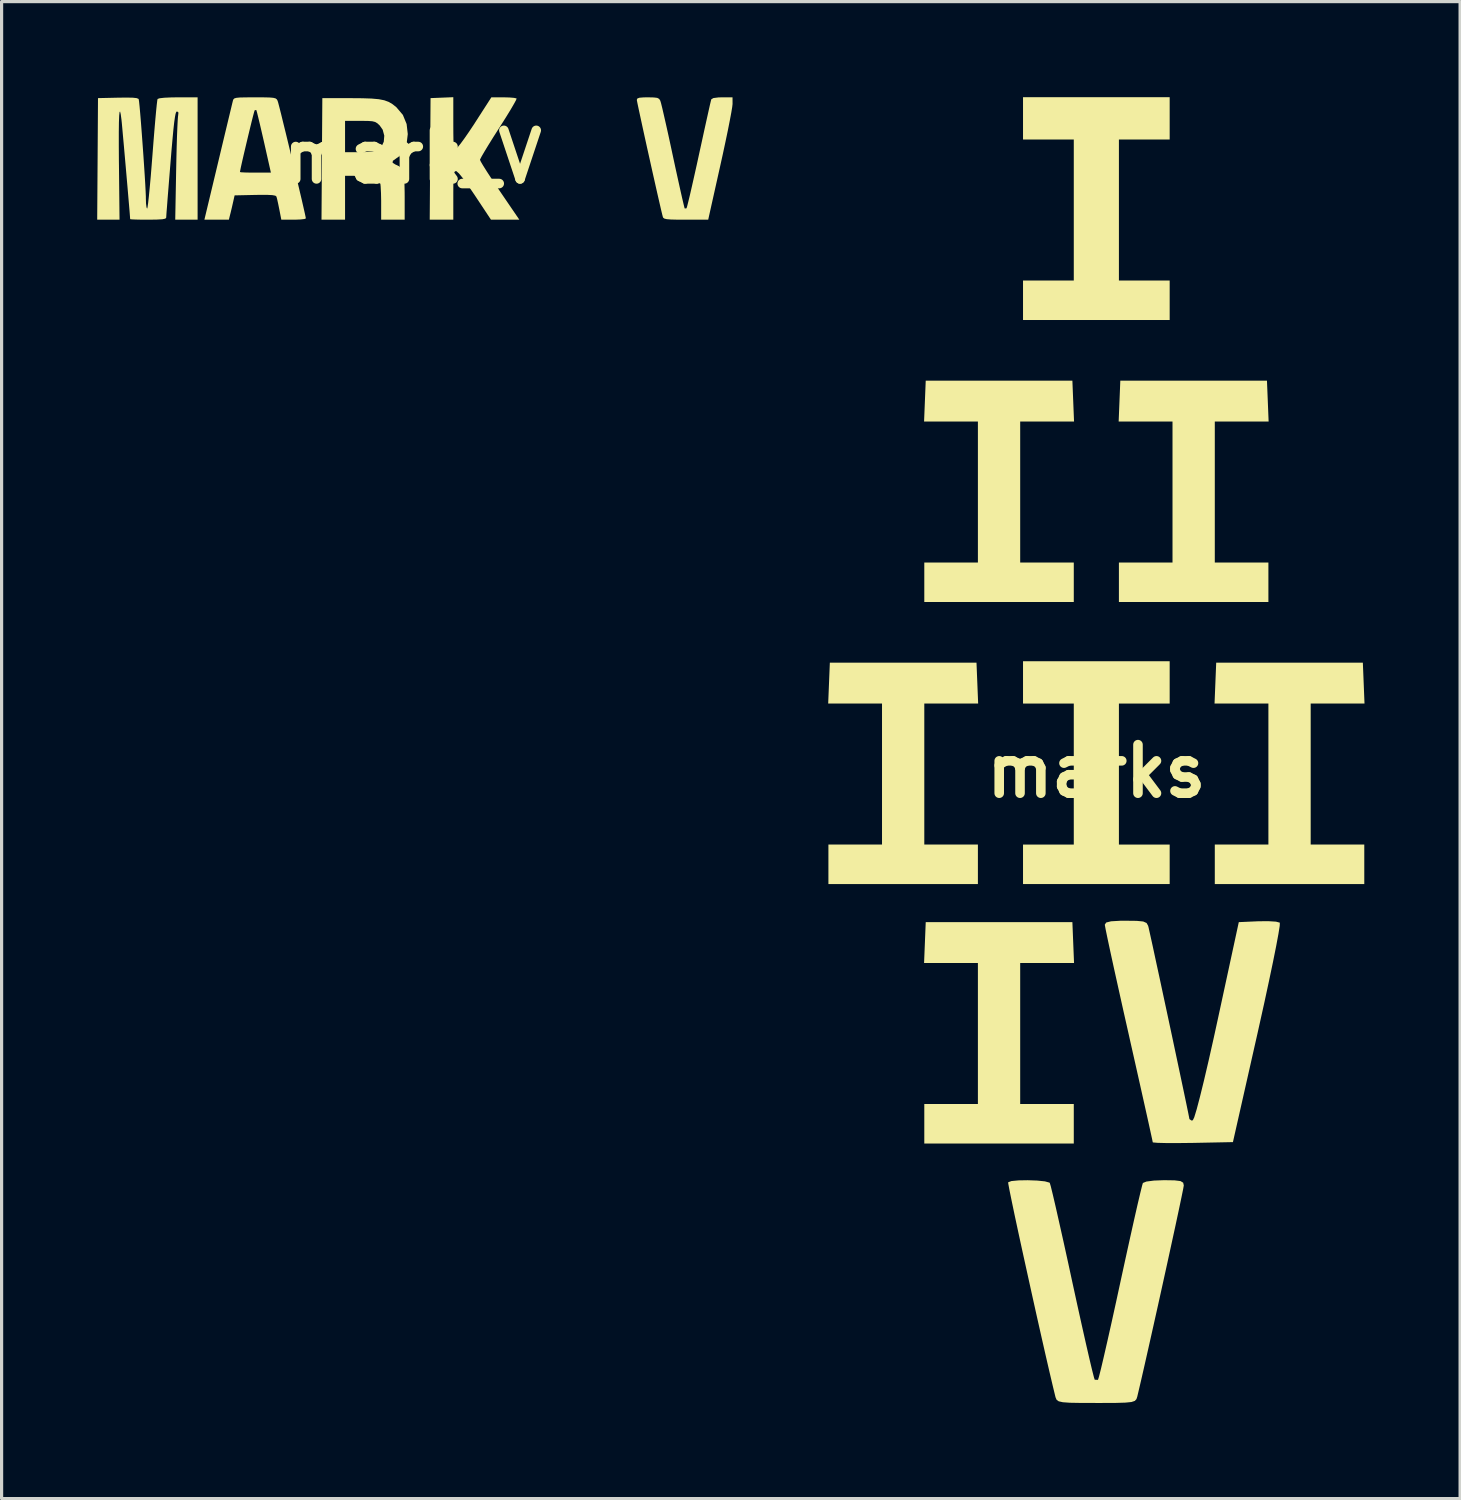
<source format=kicad_pcb>
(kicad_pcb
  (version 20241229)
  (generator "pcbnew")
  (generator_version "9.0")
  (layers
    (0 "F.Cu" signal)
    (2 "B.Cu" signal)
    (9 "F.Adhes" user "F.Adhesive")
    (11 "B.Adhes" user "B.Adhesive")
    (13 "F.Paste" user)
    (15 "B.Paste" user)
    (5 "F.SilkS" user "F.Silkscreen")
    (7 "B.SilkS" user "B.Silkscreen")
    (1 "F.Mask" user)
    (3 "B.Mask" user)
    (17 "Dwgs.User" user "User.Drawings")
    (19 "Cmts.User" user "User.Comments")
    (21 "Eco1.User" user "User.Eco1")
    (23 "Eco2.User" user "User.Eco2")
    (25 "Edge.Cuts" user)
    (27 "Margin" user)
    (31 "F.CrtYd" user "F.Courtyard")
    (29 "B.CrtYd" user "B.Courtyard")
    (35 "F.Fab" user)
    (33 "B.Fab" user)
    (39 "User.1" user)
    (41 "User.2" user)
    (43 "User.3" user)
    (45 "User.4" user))
  (footprint "marks"
    (layer "F.Cu")
    (at 31.354 21.152)
    (property "Reference" "marks" (at 0 0 0) (layer "F.SilkS") (effects (font (size 1.524 1.524) (thickness 0.3))))
    (attr board_only exclude_from_pos_files exclude_from_bom)
    (fp_poly (pts (xy -0.7 -10.974) (xy -2.39 -10.974) (xy -2.39 -6.549) (xy -0.708 -6.549) (xy -0.708 -5.31) (xy -5.399 -5.31) (xy -5.399 -6.549) (xy -3.717 -6.549) (xy -3.717 -10.974) (xy -5.406 -10.974) (xy -5.354 -12.257) (xy -0.752 -12.257)) (stroke (width 0) (type solid)) (fill yes) (layer "F.SilkS"))
    (fp_poly (pts (xy 2.301 -19.824) (xy 0.708 -19.824) (xy 0.708 -15.399) (xy 2.301 -15.399) (xy 2.301 -14.16) (xy -2.301 -14.16) (xy -2.301 -15.399) (xy -0.708 -15.399) (xy -0.708 -19.824) (xy -2.301 -19.824) (xy -2.301 -21.152) (xy 2.301 -21.152)) (stroke (width 0) (type solid)) (fill yes) (layer "F.SilkS"))
    (fp_poly (pts (xy 2.301 -2.124) (xy 0.708 -2.124) (xy 0.708 2.301) (xy 2.301 2.301) (xy 2.301 3.54) (xy -2.301 3.54) (xy -2.301 2.301) (xy -0.708 2.301) (xy -0.708 -2.124) (xy -2.301 -2.124) (xy -2.301 -3.452) (xy 2.301 -3.452)) (stroke (width 0) (type solid)) (fill yes) (layer "F.SilkS"))
    (fp_poly (pts (xy -3.735 -2.766) (xy -3.709 -2.124) (xy -5.399 -2.124) (xy -5.399 2.301) (xy -3.717 2.301) (xy -3.717 3.54) (xy -8.408 3.54) (xy -8.408 2.301) (xy -6.726 2.301) (xy -6.726 -2.124) (xy -8.415 -2.124) (xy -8.389 -2.766) (xy -8.363 -3.407) (xy -3.761 -3.407)) (stroke (width 0) (type solid)) (fill yes) (layer "F.SilkS"))
    (fp_poly (pts (xy -0.726 5.376) (xy -0.7 6.018) (xy -2.39 6.018) (xy -2.39 10.443) (xy -0.708 10.443) (xy -0.708 11.682) (xy -5.399 11.682) (xy -5.399 10.443) (xy -3.717 10.443) (xy -3.717 6.018) (xy -5.406 6.018) (xy -5.38 5.376) (xy -5.354 4.735) (xy -0.752 4.735)) (stroke (width 0) (type solid)) (fill yes) (layer "F.SilkS"))
    (fp_poly (pts (xy 5.38 -11.616) (xy 5.406 -10.974) (xy 3.717 -10.974) (xy 3.717 -6.549) (xy 5.399 -6.549) (xy 5.399 -5.31) (xy 0.708 -5.31) (xy 0.708 -6.549) (xy 2.39 -6.549) (xy 2.39 -10.974) (xy 0.7 -10.974) (xy 0.726 -11.616) (xy 0.752 -12.257) (xy 5.354 -12.257)) (stroke (width 0) (type solid)) (fill yes) (layer "F.SilkS"))
    (fp_poly (pts (xy 8.389 -2.766) (xy 8.415 -2.124) (xy 6.726 -2.124) (xy 6.726 2.301) (xy 8.408 2.301) (xy 8.408 3.54) (xy 3.717 3.54) (xy 3.717 2.301) (xy 5.399 2.301) (xy 5.399 -2.124) (xy 3.709 -2.124) (xy 3.735 -2.766) (xy 3.761 -3.407) (xy 8.363 -3.407)) (stroke (width 0) (type solid)) (fill yes) (layer "F.SilkS"))
    (fp_poly (pts (xy 1.267 4.695) (xy 1.47 4.715) (xy 1.576 4.762) (xy 1.624 4.847) (xy 1.636 4.89) (xy 1.687 5.119) (xy 1.766 5.476) (xy 1.865 5.937) (xy 1.982 6.476) (xy 2.109 7.07) (xy 2.243 7.694) (xy 2.378 8.325) (xy 2.508 8.939) (xy 2.629 9.51) (xy 2.736 10.016) (xy 2.823 10.431) (xy 2.885 10.732) (xy 2.917 10.894) (xy 2.92 10.915) (xy 2.985 10.961) (xy 3.027 10.953) (xy 3.072 10.86) (xy 3.148 10.61) (xy 3.251 10.219) (xy 3.378 9.703) (xy 3.524 9.078) (xy 3.685 8.362) (xy 3.802 7.826) (xy 4.47 4.735) (xy 5.08 4.708) (xy 5.395 4.705) (xy 5.638 4.72) (xy 5.757 4.752) (xy 5.758 4.753) (xy 5.754 4.852) (xy 5.714 5.104) (xy 5.642 5.492) (xy 5.541 5.995) (xy 5.415 6.595) (xy 5.269 7.273) (xy 5.105 8.011) (xy 5.056 8.231) (xy 4.286 11.638) (xy 3.028 11.663) (xy 2.579 11.668) (xy 2.201 11.668) (xy 1.925 11.661) (xy 1.783 11.649) (xy 1.77 11.643) (xy 1.751 11.549) (xy 1.697 11.302) (xy 1.613 10.92) (xy 1.502 10.423) (xy 1.369 9.828) (xy 1.218 9.156) (xy 1.053 8.424) (xy 1.018 8.267) (xy 0.85 7.522) (xy 0.696 6.829) (xy 0.558 6.207) (xy 0.442 5.675) (xy 0.352 5.255) (xy 0.292 4.964) (xy 0.266 4.822) (xy 0.266 4.813) (xy 0.31 4.747) (xy 0.461 4.709) (xy 0.748 4.692) (xy 0.928 4.691)) (stroke (width 0) (type solid)) (fill yes) (layer "F.SilkS"))
    (fp_poly (pts (xy 2.455 12.838) (xy 2.641 12.861) (xy 2.725 12.912) (xy 2.744 12.997) (xy 2.725 13.107) (xy 2.672 13.367) (xy 2.591 13.753) (xy 2.486 14.244) (xy 2.362 14.814) (xy 2.225 15.443) (xy 2.079 16.106) (xy 1.93 16.78) (xy 1.782 17.443) (xy 1.641 18.071) (xy 1.512 18.642) (xy 1.4 19.132) (xy 1.309 19.519) (xy 1.284 19.625) (xy 1.258 19.704) (xy 1.207 19.759) (xy 1.101 19.794) (xy 0.913 19.813) (xy 0.615 19.822) (xy 0.176 19.824) (xy 0 19.824) (xy -0.489 19.823) (xy -0.83 19.817) (xy -1.051 19.801) (xy -1.181 19.772) (xy -1.247 19.724) (xy -1.278 19.653) (xy -1.286 19.625) (xy -1.367 19.29) (xy -1.472 18.844) (xy -1.596 18.307) (xy -1.733 17.703) (xy -1.879 17.055) (xy -2.028 16.384) (xy -2.176 15.713) (xy -2.319 15.064) (xy -2.45 14.461) (xy -2.565 13.925) (xy -2.658 13.479) (xy -2.726 13.145) (xy -2.763 12.946) (xy -2.768 12.899) (xy -2.664 12.86) (xy -2.44 12.839) (xy -2.153 12.834) (xy -1.858 12.845) (xy -1.613 12.87) (xy -1.472 12.909) (xy -1.461 12.92) (xy -1.43 13.024) (xy -1.367 13.281) (xy -1.276 13.671) (xy -1.163 14.172) (xy -1.03 14.765) (xy -0.884 15.429) (xy -0.755 16.026) (xy -0.601 16.732) (xy -0.457 17.382) (xy -0.328 17.956) (xy -0.218 18.435) (xy -0.132 18.797) (xy -0.074 19.024) (xy -0.051 19.095) (xy 0.046 19.099) (xy 0.053 19.093) (xy 0.083 18.997) (xy 0.146 18.748) (xy 0.236 18.366) (xy 0.349 17.872) (xy 0.481 17.284) (xy 0.626 16.624) (xy 0.756 16.024) (xy 0.91 15.316) (xy 1.054 14.662) (xy 1.183 14.083) (xy 1.293 13.599) (xy 1.38 13.23) (xy 1.438 12.996) (xy 1.461 12.92) (xy 1.57 12.876) (xy 1.806 12.845) (xy 2.119 12.833) (xy 2.129 12.833)) (stroke (width 0) (type solid)) (fill yes) (layer "F.SilkS")))
  (footprint "mark_V"
    (layer "F.Cu")
    (at 9.895 1.875)
    (property "Reference" "mark_V" (at 0 0 0) (layer "F.SilkS") (effects (font (size 1.524 1.524) (thickness 0.3))))
    (attr board_only exclude_from_pos_files exclude_from_bom)
    (fp_poly (pts (xy 1.28 -1.057) (xy 1.281 -0.755) (xy 1.284 -0.537) (xy 1.291 -0.392) (xy 1.304 -0.305) (xy 1.323 -0.263) (xy 1.351 -0.253) (xy 1.362 -0.255) (xy 1.413 -0.3) (xy 1.507 -0.415) (xy 1.633 -0.587) (xy 1.783 -0.804) (xy 1.947 -1.051) (xy 1.959 -1.071) (xy 2.474 -1.871) (xy 2.859 -1.871) (xy 3.043 -1.866) (xy 3.186 -1.854) (xy 3.261 -1.837) (xy 3.266 -1.833) (xy 3.248 -1.782) (xy 3.182 -1.662) (xy 3.078 -1.483) (xy 2.941 -1.26) (xy 2.78 -1.004) (xy 2.704 -0.885) (xy 2.532 -0.616) (xy 2.381 -0.373) (xy 2.257 -0.168) (xy 2.168 -0.015) (xy 2.122 0.075) (xy 2.117 0.09) (xy 2.144 0.149) (xy 2.218 0.275) (xy 2.333 0.458) (xy 2.48 0.683) (xy 2.651 0.94) (xy 2.734 1.063) (xy 3.352 1.969) (xy 2.462 1.969) (xy 1.957 1.207) (xy 1.749 0.901) (xy 1.582 0.67) (xy 1.459 0.519) (xy 1.381 0.449) (xy 1.366 0.444) (xy 1.333 0.452) (xy 1.31 0.484) (xy 1.295 0.556) (xy 1.285 0.681) (xy 1.281 0.874) (xy 1.28 1.148) (xy 1.28 1.206) (xy 1.28 1.969) (xy 0.54 1.969) (xy 0.566 -1.846) (xy 1.28 -1.875)) (stroke (width 0) (type solid)) (fill yes) (layer "F.SilkS"))
    (fp_poly (pts (xy -1.944 -1.845) (xy -1.572 -1.842) (xy -1.283 -1.832) (xy -1.059 -1.812) (xy -0.886 -1.778) (xy -0.747 -1.727) (xy -0.627 -1.656) (xy -0.509 -1.562) (xy -0.505 -1.558) (xy -0.303 -1.32) (xy -0.185 -1.033) (xy -0.149 -0.718) (xy -0.181 -0.447) (xy -0.273 -0.208) (xy -0.412 -0.025) (xy -0.513 0.047) (xy -0.617 0.121) (xy -0.625 0.182) (xy -0.537 0.238) (xy -0.522 0.244) (xy -0.422 0.292) (xy -0.35 0.359) (xy -0.3 0.458) (xy -0.269 0.607) (xy -0.253 0.818) (xy -0.247 1.107) (xy -0.246 1.242) (xy -0.246 1.969) (xy -0.984 1.969) (xy -0.984 1.375) (xy -0.989 1.135) (xy -1 0.924) (xy -1.016 0.766) (xy -1.035 0.686) (xy -1.068 0.643) (xy -1.124 0.615) (xy -1.223 0.599) (xy -1.383 0.592) (xy -1.602 0.591) (xy -2.117 0.591) (xy -2.117 1.969) (xy -2.856 1.969) (xy -2.843 0.062) (xy -2.842 -0.148) (xy -2.117 -0.148) (xy -1.676 -0.148) (xy -1.463 -0.154) (xy -1.275 -0.17) (xy -1.144 -0.193) (xy -1.115 -0.202) (xy -0.979 -0.313) (xy -0.902 -0.477) (xy -0.886 -0.667) (xy -0.936 -0.854) (xy -1.03 -0.988) (xy -1.102 -1.055) (xy -1.171 -1.097) (xy -1.262 -1.12) (xy -1.4 -1.13) (xy -1.607 -1.132) (xy -1.645 -1.132) (xy -2.117 -1.132) (xy -2.117 -0.148) (xy -2.842 -0.148) (xy -2.83 -1.846)) (stroke (width 0) (type solid)) (fill yes) (layer "F.SilkS"))
    (fp_poly (pts (xy 10.043 -1.661) (xy 10.032 -1.565) (xy 10.002 -1.385) (xy 9.955 -1.135) (xy 9.894 -0.826) (xy 9.82 -0.472) (xy 9.737 -0.085) (xy 9.661 0.258) (xy 9.279 1.968) (xy 8.581 1.969) (xy 8.303 1.968) (xy 8.108 1.963) (xy 7.982 1.953) (xy 7.907 1.936) (xy 7.869 1.91) (xy 7.856 1.883) (xy 7.834 1.799) (xy 7.795 1.635) (xy 7.742 1.405) (xy 7.677 1.122) (xy 7.604 0.798) (xy 7.525 0.447) (xy 7.444 0.082) (xy 7.362 -0.285) (xy 7.284 -0.639) (xy 7.212 -0.969) (xy 7.149 -1.26) (xy 7.097 -1.501) (xy 7.06 -1.677) (xy 7.041 -1.776) (xy 7.039 -1.792) (xy 7.056 -1.834) (xy 7.12 -1.858) (xy 7.25 -1.869) (xy 7.385 -1.871) (xy 7.569 -1.867) (xy 7.679 -1.854) (xy 7.739 -1.822) (xy 7.775 -1.766) (xy 7.777 -1.76) (xy 7.799 -1.686) (xy 7.838 -1.529) (xy 7.891 -1.299) (xy 7.957 -1.009) (xy 8.032 -0.672) (xy 8.113 -0.299) (xy 8.171 -0.027) (xy 8.254 0.358) (xy 8.332 0.712) (xy 8.401 1.024) (xy 8.459 1.281) (xy 8.504 1.473) (xy 8.532 1.588) (xy 8.542 1.617) (xy 8.591 1.614) (xy 8.599 1.607) (xy 8.617 1.553) (xy 8.652 1.414) (xy 8.704 1.2) (xy 8.767 0.925) (xy 8.841 0.598) (xy 8.923 0.231) (xy 8.992 -0.087) (xy 9.078 -0.479) (xy 9.157 -0.842) (xy 9.228 -1.163) (xy 9.288 -1.433) (xy 9.334 -1.638) (xy 9.365 -1.767) (xy 9.376 -1.809) (xy 9.442 -1.848) (xy 9.602 -1.868) (xy 9.72 -1.871) (xy 10.042 -1.871)) (stroke (width 0) (type solid)) (fill yes) (layer "F.SilkS"))
    (fp_poly (pts (xy -4.678 -1.87) (xy -4.492 -1.866) (xy -4.372 -1.856) (xy -4.3 -1.838) (xy -4.26 -1.809) (xy -4.236 -1.767) (xy -4.233 -1.76) (xy -4.213 -1.693) (xy -4.174 -1.544) (xy -4.119 -1.326) (xy -4.052 -1.052) (xy -3.974 -0.736) (xy -3.89 -0.389) (xy -3.802 -0.025) (xy -3.714 0.342) (xy -3.628 0.7) (xy -3.549 1.036) (xy -3.478 1.337) (xy -3.42 1.59) (xy -3.377 1.781) (xy -3.352 1.899) (xy -3.347 1.929) (xy -3.393 1.948) (xy -3.513 1.962) (xy -3.684 1.969) (xy -3.732 1.969) (xy -4.117 1.969) (xy -4.182 1.637) (xy -4.218 1.46) (xy -4.25 1.317) (xy -4.271 1.242) (xy -4.306 1.215) (xy -4.398 1.198) (xy -4.557 1.19) (xy -4.796 1.19) (xy -4.939 1.192) (xy -5.583 1.206) (xy -5.627 1.403) (xy -5.669 1.587) (xy -5.713 1.771) (xy -5.717 1.784) (xy -5.763 1.969) (xy -6.531 1.969) (xy -6.173 0.474) (xy -5.415 0.474) (xy -5.369 0.482) (xy -5.246 0.488) (xy -5.066 0.492) (xy -4.929 0.492) (xy -4.444 0.492) (xy -4.663 -0.48) (xy -4.731 -0.775) (xy -4.792 -1.037) (xy -4.843 -1.249) (xy -4.88 -1.398) (xy -4.901 -1.469) (xy -4.903 -1.473) (xy -4.949 -1.467) (xy -4.953 -1.463) (xy -4.97 -1.411) (xy -5.005 -1.281) (xy -5.053 -1.09) (xy -5.11 -0.857) (xy -5.172 -0.599) (xy -5.235 -0.334) (xy -5.295 -0.08) (xy -5.347 0.146) (xy -5.387 0.326) (xy -5.41 0.442) (xy -5.415 0.474) (xy -6.173 0.474) (xy -6.098 0.16) (xy -6 -0.251) (xy -5.908 -0.635) (xy -5.825 -0.981) (xy -5.754 -1.277) (xy -5.697 -1.513) (xy -5.658 -1.677) (xy -5.638 -1.757) (xy -5.638 -1.76) (xy -5.623 -1.804) (xy -5.593 -1.835) (xy -5.533 -1.854) (xy -5.426 -1.865) (xy -5.257 -1.869) (xy -5.008 -1.871) (xy -4.945 -1.871)) (stroke (width 0) (type solid)) (fill yes) (layer "F.SilkS"))
    (fp_poly (pts (xy -6.744 1.969) (xy -7.446 1.969) (xy -7.417 0.406) (xy -7.409 0.017) (xy -7.4 -0.345) (xy -7.39 -0.667) (xy -7.379 -0.936) (xy -7.369 -1.14) (xy -7.36 -1.264) (xy -7.356 -1.292) (xy -7.345 -1.394) (xy -7.386 -1.427) (xy -7.393 -1.428) (xy -7.414 -1.411) (xy -7.435 -1.355) (xy -7.455 -1.251) (xy -7.478 -1.09) (xy -7.503 -0.865) (xy -7.531 -0.565) (xy -7.565 -0.184) (xy -7.597 0.209) (xy -7.629 0.602) (xy -7.658 0.965) (xy -7.684 1.286) (xy -7.704 1.552) (xy -7.72 1.752) (xy -7.728 1.875) (xy -7.73 1.907) (xy -7.757 1.936) (xy -7.847 1.955) (xy -8.012 1.965) (xy -8.263 1.969) (xy -8.294 1.969) (xy -8.517 1.968) (xy -8.699 1.964) (xy -8.82 1.958) (xy -8.86 1.952) (xy -8.865 1.89) (xy -8.876 1.745) (xy -8.894 1.531) (xy -8.917 1.263) (xy -8.943 0.956) (xy -8.972 0.624) (xy -9.002 0.281) (xy -9.032 -0.057) (xy -9.06 -0.376) (xy -9.086 -0.661) (xy -9.107 -0.897) (xy -9.123 -1.071) (xy -9.133 -1.167) (xy -9.133 -1.169) (xy -9.157 -1.345) (xy -9.177 -1.425) (xy -9.193 -1.408) (xy -9.205 -1.295) (xy -9.213 -1.084) (xy -9.217 -0.776) (xy -9.217 -0.371) (xy -9.214 0.132) (xy -9.212 0.271) (xy -9.194 1.969) (xy -9.895 1.969) (xy -9.882 0.062) (xy -9.87 -1.846) (xy -9.241 -1.86) (xy -8.965 -1.863) (xy -8.774 -1.859) (xy -8.657 -1.846) (xy -8.6 -1.823) (xy -8.592 -1.81) (xy -8.581 -1.739) (xy -8.565 -1.584) (xy -8.545 -1.361) (xy -8.522 -1.084) (xy -8.498 -0.769) (xy -8.473 -0.431) (xy -8.448 -0.085) (xy -8.425 0.255) (xy -8.404 0.572) (xy -8.387 0.853) (xy -8.375 1.083) (xy -8.368 1.245) (xy -8.368 1.292) (xy -8.363 1.459) (xy -8.348 1.578) (xy -8.329 1.624) (xy -8.328 1.624) (xy -8.315 1.577) (xy -8.296 1.443) (xy -8.273 1.233) (xy -8.246 0.958) (xy -8.216 0.63) (xy -8.186 0.259) (xy -8.16 -0.072) (xy -8.129 -0.472) (xy -8.099 -0.841) (xy -8.071 -1.168) (xy -8.046 -1.441) (xy -8.025 -1.648) (xy -8.009 -1.778) (xy -8 -1.819) (xy -7.938 -1.841) (xy -7.791 -1.858) (xy -7.571 -1.868) (xy -7.356 -1.871) (xy -6.744 -1.871)) (stroke (width 0) (type solid)) (fill yes) (layer "F.SilkS")))
  (gr_rect
    (start -3 -3)
    (end 42.769 43.976)
    (stroke (width 0.1) (type default))
    (fill no)
    (layer "Edge.Cuts")))
</source>
